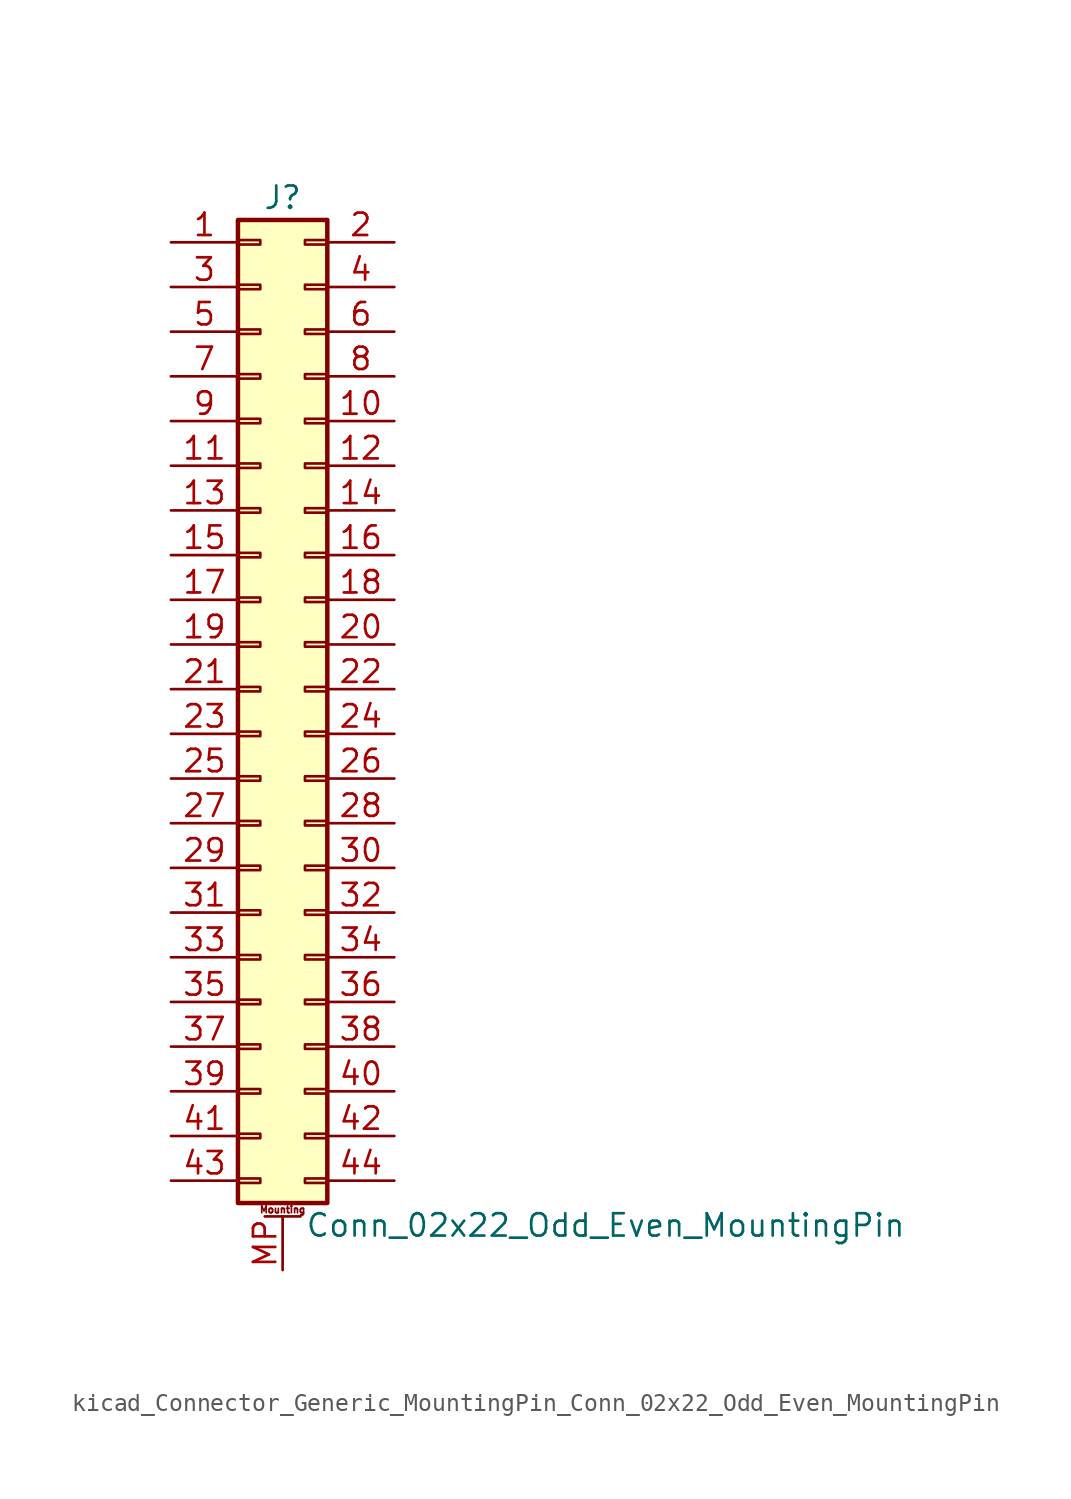
<source format=kicad_sym>
(kicad_symbol_lib
  (version 20220914)
  (generator kicad_symbol_editor)
  (symbol "kicad_Connector_Generic_MountingPin_Conn_02x22_Odd_Even_MountingPin"
    (pin_names
      (offset 1.016) hide)
    (property "Reference" "J"
      (at 1.27 27.94 0)
      (effects (font (size 1.27 1.27))))
    (property "Value" "Conn_02x22_Odd_Even_MountingPin"
      (at 2.54 -30.48 0)
      (effects (font (size 1.27 1.27)) (justify left)))
    (symbol "kicad_Connector_Generic_MountingPin_Conn_02x22_Odd_Even_MountingPin_1_1"
      (rectangle (start -1.27 -27.813) (end 0 -28.067) (stroke (width 0.152) (type default)) (fill (type none)))
      (rectangle (start -1.27 -25.273) (end 0 -25.527) (stroke (width 0.152) (type default)) (fill (type none)))
      (rectangle (start -1.27 -22.733) (end 0 -22.987) (stroke (width 0.152) (type default)) (fill (type none)))
      (rectangle (start -1.27 -20.193) (end 0 -20.447) (stroke (width 0.152) (type default)) (fill (type none)))
      (rectangle (start -1.27 -17.653) (end 0 -17.907) (stroke (width 0.152) (type default)) (fill (type none)))
      (rectangle (start -1.27 -15.113) (end 0 -15.367) (stroke (width 0.152) (type default)) (fill (type none)))
      (rectangle (start -1.27 -12.573) (end 0 -12.827) (stroke (width 0.152) (type default)) (fill (type none)))
      (rectangle (start -1.27 -10.033) (end 0 -10.287) (stroke (width 0.152) (type default)) (fill (type none)))
      (rectangle (start -1.27 -7.493) (end 0 -7.747) (stroke (width 0.152) (type default)) (fill (type none)))
      (rectangle (start -1.27 -4.953) (end 0 -5.207) (stroke (width 0.152) (type default)) (fill (type none)))
      (rectangle (start -1.27 -2.413) (end 0 -2.667) (stroke (width 0.152) (type default)) (fill (type none)))
      (rectangle (start -1.27 0.127) (end 0 -0.127) (stroke (width 0.152) (type default)) (fill (type none)))
      (rectangle (start -1.27 2.667) (end 0 2.413) (stroke (width 0.152) (type default)) (fill (type none)))
      (rectangle (start -1.27 5.207) (end 0 4.953) (stroke (width 0.152) (type default)) (fill (type none)))
      (rectangle (start -1.27 7.747) (end 0 7.493) (stroke (width 0.152) (type default)) (fill (type none)))
      (rectangle (start -1.27 10.287) (end 0 10.033) (stroke (width 0.152) (type default)) (fill (type none)))
      (rectangle (start -1.27 12.827) (end 0 12.573) (stroke (width 0.152) (type default)) (fill (type none)))
      (rectangle (start -1.27 15.367) (end 0 15.113) (stroke (width 0.152) (type default)) (fill (type none)))
      (rectangle (start -1.27 17.907) (end 0 17.653) (stroke (width 0.152) (type default)) (fill (type none)))
      (rectangle (start -1.27 20.447) (end 0 20.193) (stroke (width 0.152) (type default)) (fill (type none)))
      (rectangle (start -1.27 22.987) (end 0 22.733) (stroke (width 0.152) (type default)) (fill (type none)))
      (rectangle (start -1.27 25.527) (end 0 25.273) (stroke (width 0.152) (type default)) (fill (type none)))
      (rectangle (start -1.27 26.67) (end 3.81 -29.21) (stroke (width 0.254) (type default)) (fill (type background)))
      (polyline (pts (xy 0.254 -29.972) (xy 2.286 -29.972)) (stroke (width 0.152) (type default)) (fill (type none)))
      (rectangle (start 3.81 -27.813) (end 2.54 -28.067) (stroke (width 0.152) (type default)) (fill (type none)))
      (rectangle (start 3.81 -25.273) (end 2.54 -25.527) (stroke (width 0.152) (type default)) (fill (type none)))
      (rectangle (start 3.81 -22.733) (end 2.54 -22.987) (stroke (width 0.152) (type default)) (fill (type none)))
      (rectangle (start 3.81 -20.193) (end 2.54 -20.447) (stroke (width 0.152) (type default)) (fill (type none)))
      (rectangle (start 3.81 -17.653) (end 2.54 -17.907) (stroke (width 0.152) (type default)) (fill (type none)))
      (rectangle (start 3.81 -15.113) (end 2.54 -15.367) (stroke (width 0.152) (type default)) (fill (type none)))
      (rectangle (start 3.81 -12.573) (end 2.54 -12.827) (stroke (width 0.152) (type default)) (fill (type none)))
      (rectangle (start 3.81 -10.033) (end 2.54 -10.287) (stroke (width 0.152) (type default)) (fill (type none)))
      (rectangle (start 3.81 -7.493) (end 2.54 -7.747) (stroke (width 0.152) (type default)) (fill (type none)))
      (rectangle (start 3.81 -4.953) (end 2.54 -5.207) (stroke (width 0.152) (type default)) (fill (type none)))
      (rectangle (start 3.81 -2.413) (end 2.54 -2.667) (stroke (width 0.152) (type default)) (fill (type none)))
      (rectangle (start 3.81 0.127) (end 2.54 -0.127) (stroke (width 0.152) (type default)) (fill (type none)))
      (rectangle (start 3.81 2.667) (end 2.54 2.413) (stroke (width 0.152) (type default)) (fill (type none)))
      (rectangle (start 3.81 5.207) (end 2.54 4.953) (stroke (width 0.152) (type default)) (fill (type none)))
      (rectangle (start 3.81 7.747) (end 2.54 7.493) (stroke (width 0.152) (type default)) (fill (type none)))
      (rectangle (start 3.81 10.287) (end 2.54 10.033) (stroke (width 0.152) (type default)) (fill (type none)))
      (rectangle (start 3.81 12.827) (end 2.54 12.573) (stroke (width 0.152) (type default)) (fill (type none)))
      (rectangle (start 3.81 15.367) (end 2.54 15.113) (stroke (width 0.152) (type default)) (fill (type none)))
      (rectangle (start 3.81 17.907) (end 2.54 17.653) (stroke (width 0.152) (type default)) (fill (type none)))
      (rectangle (start 3.81 20.447) (end 2.54 20.193) (stroke (width 0.152) (type default)) (fill (type none)))
      (rectangle (start 3.81 22.987) (end 2.54 22.733) (stroke (width 0.152) (type default)) (fill (type none)))
      (rectangle (start 3.81 25.527) (end 2.54 25.273) (stroke (width 0.152) (type default)) (fill (type none)))
      (text "Mounting" (at 1.27 -29.591 0) (effects (font (size 0.381 0.381))))
      (pin passive line (at -5.08 25.4 0) (length 3.81) (name "Pin_1" (effects (font (size 1.27 1.27)))) (number "1" (effects (font (size 1.27 1.27)))))
      (pin passive line (at 7.62 15.24 180) (length 3.81) (name "Pin_10" (effects (font (size 1.27 1.27)))) (number "10" (effects (font (size 1.27 1.27)))))
      (pin passive line (at -5.08 12.7 0) (length 3.81) (name "Pin_11" (effects (font (size 1.27 1.27)))) (number "11" (effects (font (size 1.27 1.27)))))
      (pin passive line (at 7.62 12.7 180) (length 3.81) (name "Pin_12" (effects (font (size 1.27 1.27)))) (number "12" (effects (font (size 1.27 1.27)))))
      (pin passive line (at -5.08 10.16 0) (length 3.81) (name "Pin_13" (effects (font (size 1.27 1.27)))) (number "13" (effects (font (size 1.27 1.27)))))
      (pin passive line (at 7.62 10.16 180) (length 3.81) (name "Pin_14" (effects (font (size 1.27 1.27)))) (number "14" (effects (font (size 1.27 1.27)))))
      (pin passive line (at -5.08 7.62 0) (length 3.81) (name "Pin_15" (effects (font (size 1.27 1.27)))) (number "15" (effects (font (size 1.27 1.27)))))
      (pin passive line (at 7.62 7.62 180) (length 3.81) (name "Pin_16" (effects (font (size 1.27 1.27)))) (number "16" (effects (font (size 1.27 1.27)))))
      (pin passive line (at -5.08 5.08 0) (length 3.81) (name "Pin_17" (effects (font (size 1.27 1.27)))) (number "17" (effects (font (size 1.27 1.27)))))
      (pin passive line (at 7.62 5.08 180) (length 3.81) (name "Pin_18" (effects (font (size 1.27 1.27)))) (number "18" (effects (font (size 1.27 1.27)))))
      (pin passive line (at -5.08 2.54 0) (length 3.81) (name "Pin_19" (effects (font (size 1.27 1.27)))) (number "19" (effects (font (size 1.27 1.27)))))
      (pin passive line (at 7.62 25.4 180) (length 3.81) (name "Pin_2" (effects (font (size 1.27 1.27)))) (number "2" (effects (font (size 1.27 1.27)))))
      (pin passive line (at 7.62 2.54 180) (length 3.81) (name "Pin_20" (effects (font (size 1.27 1.27)))) (number "20" (effects (font (size 1.27 1.27)))))
      (pin passive line (at -5.08 0 0) (length 3.81) (name "Pin_21" (effects (font (size 1.27 1.27)))) (number "21" (effects (font (size 1.27 1.27)))))
      (pin passive line (at 7.62 0 180) (length 3.81) (name "Pin_22" (effects (font (size 1.27 1.27)))) (number "22" (effects (font (size 1.27 1.27)))))
      (pin passive line (at -5.08 -2.54 0) (length 3.81) (name "Pin_23" (effects (font (size 1.27 1.27)))) (number "23" (effects (font (size 1.27 1.27)))))
      (pin passive line (at 7.62 -2.54 180) (length 3.81) (name "Pin_24" (effects (font (size 1.27 1.27)))) (number "24" (effects (font (size 1.27 1.27)))))
      (pin passive line (at -5.08 -5.08 0) (length 3.81) (name "Pin_25" (effects (font (size 1.27 1.27)))) (number "25" (effects (font (size 1.27 1.27)))))
      (pin passive line (at 7.62 -5.08 180) (length 3.81) (name "Pin_26" (effects (font (size 1.27 1.27)))) (number "26" (effects (font (size 1.27 1.27)))))
      (pin passive line (at -5.08 -7.62 0) (length 3.81) (name "Pin_27" (effects (font (size 1.27 1.27)))) (number "27" (effects (font (size 1.27 1.27)))))
      (pin passive line (at 7.62 -7.62 180) (length 3.81) (name "Pin_28" (effects (font (size 1.27 1.27)))) (number "28" (effects (font (size 1.27 1.27)))))
      (pin passive line (at -5.08 -10.16 0) (length 3.81) (name "Pin_29" (effects (font (size 1.27 1.27)))) (number "29" (effects (font (size 1.27 1.27)))))
      (pin passive line (at -5.08 22.86 0) (length 3.81) (name "Pin_3" (effects (font (size 1.27 1.27)))) (number "3" (effects (font (size 1.27 1.27)))))
      (pin passive line (at 7.62 -10.16 180) (length 3.81) (name "Pin_30" (effects (font (size 1.27 1.27)))) (number "30" (effects (font (size 1.27 1.27)))))
      (pin passive line (at -5.08 -12.7 0) (length 3.81) (name "Pin_31" (effects (font (size 1.27 1.27)))) (number "31" (effects (font (size 1.27 1.27)))))
      (pin passive line (at 7.62 -12.7 180) (length 3.81) (name "Pin_32" (effects (font (size 1.27 1.27)))) (number "32" (effects (font (size 1.27 1.27)))))
      (pin passive line (at -5.08 -15.24 0) (length 3.81) (name "Pin_33" (effects (font (size 1.27 1.27)))) (number "33" (effects (font (size 1.27 1.27)))))
      (pin passive line (at 7.62 -15.24 180) (length 3.81) (name "Pin_34" (effects (font (size 1.27 1.27)))) (number "34" (effects (font (size 1.27 1.27)))))
      (pin passive line (at -5.08 -17.78 0) (length 3.81) (name "Pin_35" (effects (font (size 1.27 1.27)))) (number "35" (effects (font (size 1.27 1.27)))))
      (pin passive line (at 7.62 -17.78 180) (length 3.81) (name "Pin_36" (effects (font (size 1.27 1.27)))) (number "36" (effects (font (size 1.27 1.27)))))
      (pin passive line (at -5.08 -20.32 0) (length 3.81) (name "Pin_37" (effects (font (size 1.27 1.27)))) (number "37" (effects (font (size 1.27 1.27)))))
      (pin passive line (at 7.62 -20.32 180) (length 3.81) (name "Pin_38" (effects (font (size 1.27 1.27)))) (number "38" (effects (font (size 1.27 1.27)))))
      (pin passive line (at -5.08 -22.86 0) (length 3.81) (name "Pin_39" (effects (font (size 1.27 1.27)))) (number "39" (effects (font (size 1.27 1.27)))))
      (pin passive line (at 7.62 22.86 180) (length 3.81) (name "Pin_4" (effects (font (size 1.27 1.27)))) (number "4" (effects (font (size 1.27 1.27)))))
      (pin passive line (at 7.62 -22.86 180) (length 3.81) (name "Pin_40" (effects (font (size 1.27 1.27)))) (number "40" (effects (font (size 1.27 1.27)))))
      (pin passive line (at -5.08 -25.4 0) (length 3.81) (name "Pin_41" (effects (font (size 1.27 1.27)))) (number "41" (effects (font (size 1.27 1.27)))))
      (pin passive line (at 7.62 -25.4 180) (length 3.81) (name "Pin_42" (effects (font (size 1.27 1.27)))) (number "42" (effects (font (size 1.27 1.27)))))
      (pin passive line (at -5.08 -27.94 0) (length 3.81) (name "Pin_43" (effects (font (size 1.27 1.27)))) (number "43" (effects (font (size 1.27 1.27)))))
      (pin passive line (at 7.62 -27.94 180) (length 3.81) (name "Pin_44" (effects (font (size 1.27 1.27)))) (number "44" (effects (font (size 1.27 1.27)))))
      (pin passive line (at -5.08 20.32 0) (length 3.81) (name "Pin_5" (effects (font (size 1.27 1.27)))) (number "5" (effects (font (size 1.27 1.27)))))
      (pin passive line (at 7.62 20.32 180) (length 3.81) (name "Pin_6" (effects (font (size 1.27 1.27)))) (number "6" (effects (font (size 1.27 1.27)))))
      (pin passive line (at -5.08 17.78 0) (length 3.81) (name "Pin_7" (effects (font (size 1.27 1.27)))) (number "7" (effects (font (size 1.27 1.27)))))
      (pin passive line (at 7.62 17.78 180) (length 3.81) (name "Pin_8" (effects (font (size 1.27 1.27)))) (number "8" (effects (font (size 1.27 1.27)))))
      (pin passive line (at -5.08 15.24 0) (length 3.81) (name "Pin_9" (effects (font (size 1.27 1.27)))) (number "9" (effects (font (size 1.27 1.27)))))
      (pin passive line (at 1.27 -33.02 90) (length 3.048) (name "MountPin" (effects (font (size 1.27 1.27)))) (number "MP" (effects (font (size 1.27 1.27))))))))
</source>
